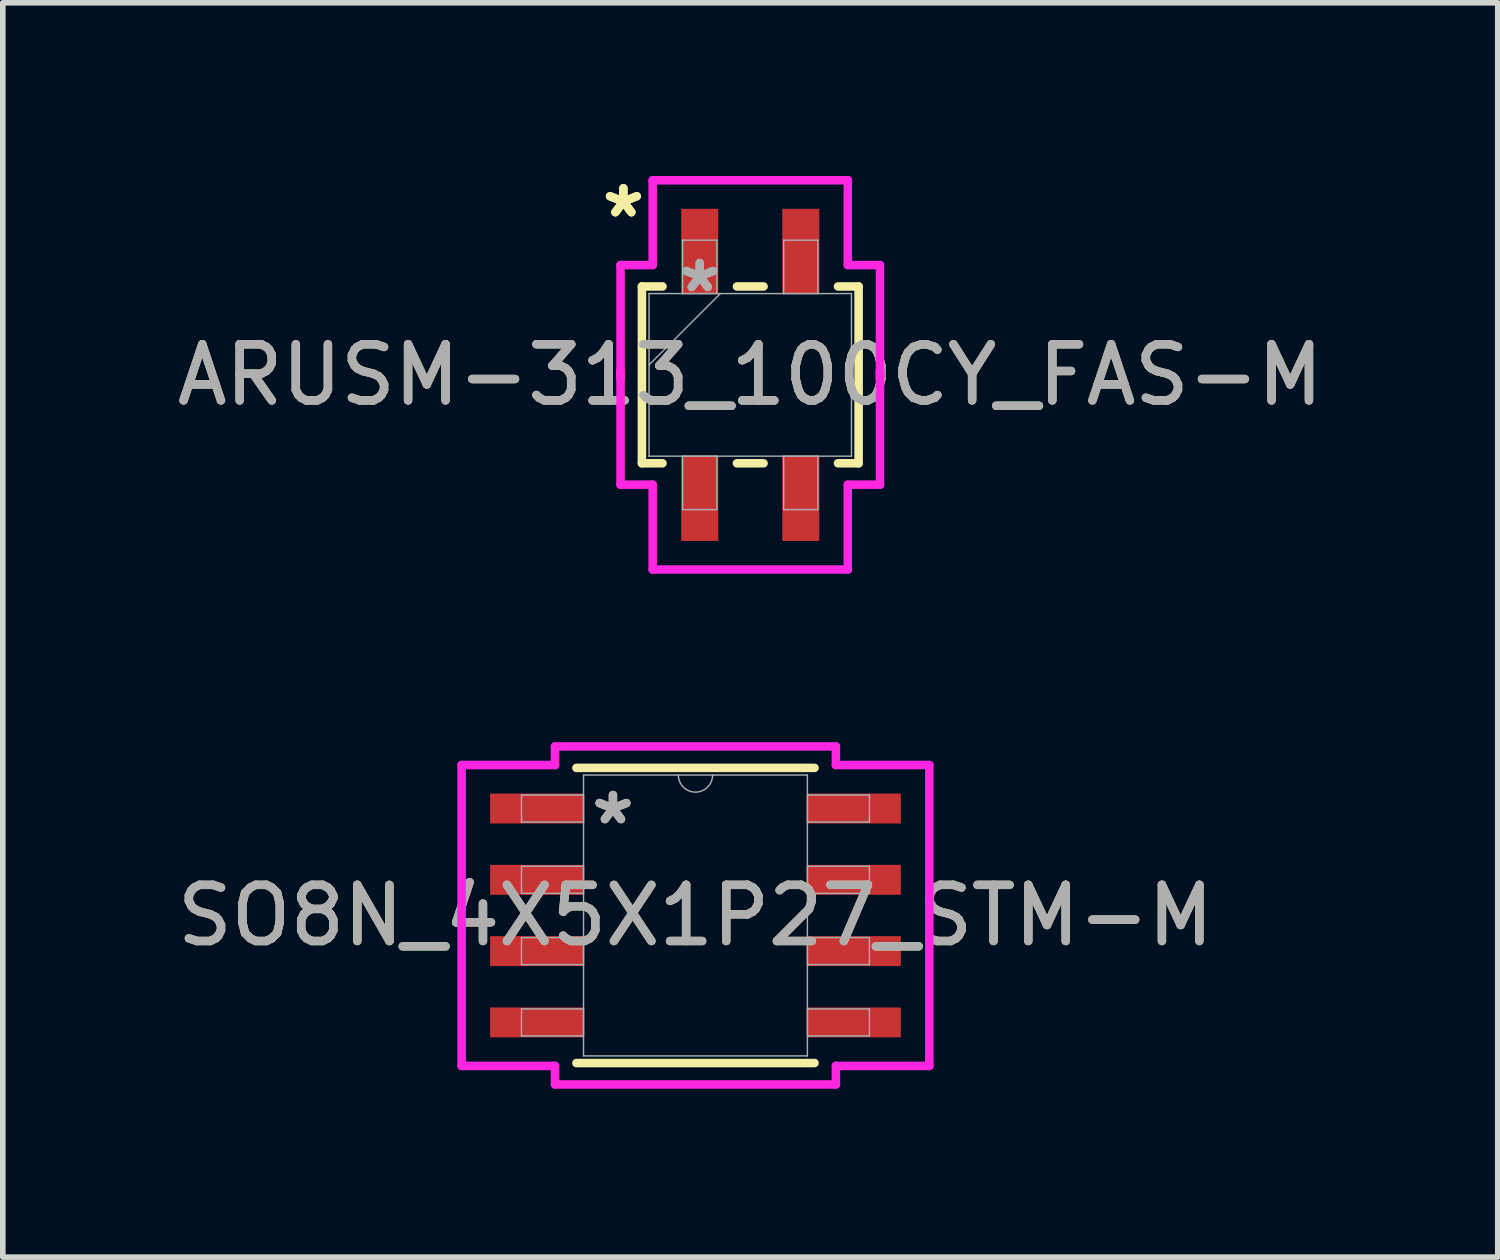
<source format=kicad_pcb>
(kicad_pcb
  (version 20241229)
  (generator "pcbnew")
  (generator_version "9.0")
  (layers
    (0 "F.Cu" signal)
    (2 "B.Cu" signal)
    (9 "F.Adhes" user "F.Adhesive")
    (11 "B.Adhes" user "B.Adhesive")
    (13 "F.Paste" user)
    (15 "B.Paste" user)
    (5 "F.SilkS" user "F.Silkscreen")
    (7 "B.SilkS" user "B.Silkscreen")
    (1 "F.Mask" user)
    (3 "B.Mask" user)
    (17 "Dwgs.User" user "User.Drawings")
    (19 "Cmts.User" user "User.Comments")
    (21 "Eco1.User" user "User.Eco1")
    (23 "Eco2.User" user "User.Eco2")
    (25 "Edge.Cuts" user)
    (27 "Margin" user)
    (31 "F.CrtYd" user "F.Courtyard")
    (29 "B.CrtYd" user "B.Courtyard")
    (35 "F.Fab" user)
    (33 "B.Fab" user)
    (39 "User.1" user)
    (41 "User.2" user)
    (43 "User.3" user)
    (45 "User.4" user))
  (footprint "ARUSM-313_100CY_FAS-M"
    (layer "F.Cu")
    (at 10.315 3.628)
    (property "Reference" "ARUSM-313_100CY_FAS-M" (at 0 0 0) (unlocked yes) (layer "F.SilkS") (effects (font (size 1 1) (thickness 0.15))))
    (attr smd)
    (fp_line (start -1.93 -1.575) (end -1.93 1.575) (stroke (width 0.152) (type solid)) (layer "F.SilkS"))
    (fp_line (start -1.93 1.575) (end -1.563 1.575) (stroke (width 0.152) (type solid)) (layer "F.SilkS"))
    (fp_line (start -1.563 -1.575) (end -1.93 -1.575) (stroke (width 0.152) (type solid)) (layer "F.SilkS"))
    (fp_line (start -0.237 1.575) (end 0.237 1.575) (stroke (width 0.152) (type solid)) (layer "F.SilkS"))
    (fp_line (start 0.237 -1.575) (end -0.237 -1.575) (stroke (width 0.152) (type solid)) (layer "F.SilkS"))
    (fp_line (start 1.563 1.575) (end 1.93 1.575) (stroke (width 0.152) (type solid)) (layer "F.SilkS"))
    (fp_line (start 1.93 -1.575) (end 1.563 -1.575) (stroke (width 0.152) (type solid)) (layer "F.SilkS"))
    (fp_line (start 1.93 1.575) (end 1.93 -1.575) (stroke (width 0.152) (type solid)) (layer "F.SilkS"))
    (fp_line (start -2.311 -1.956) (end -1.738 -1.956) (stroke (width 0.152) (type solid)) (layer "F.CrtYd"))
    (fp_line (start -2.311 -0.062) (end -2.311 -0.062) (stroke (width 0.152) (type solid)) (layer "F.CrtYd"))
    (fp_line (start -2.311 -0.062) (end -2.311 0.062) (stroke (width 0.152) (type solid)) (layer "F.CrtYd"))
    (fp_line (start -2.311 0.062) (end -2.311 -1.956) (stroke (width 0.152) (type solid)) (layer "F.CrtYd"))
    (fp_line (start -2.311 0.062) (end -2.311 0.062) (stroke (width 0.152) (type solid)) (layer "F.CrtYd"))
    (fp_line (start -2.311 1.956) (end -2.311 -0.062) (stroke (width 0.152) (type solid)) (layer "F.CrtYd"))
    (fp_line (start -2.311 1.956) (end -1.738 1.956) (stroke (width 0.152) (type solid)) (layer "F.CrtYd"))
    (fp_line (start -1.738 -3.467) (end 1.738 -3.467) (stroke (width 0.152) (type solid)) (layer "F.CrtYd"))
    (fp_line (start -1.738 -1.956) (end -1.738 -3.467) (stroke (width 0.152) (type solid)) (layer "F.CrtYd"))
    (fp_line (start -1.738 1.956) (end -1.738 3.467) (stroke (width 0.152) (type solid)) (layer "F.CrtYd"))
    (fp_line (start -1.738 3.467) (end 1.738 3.467) (stroke (width 0.152) (type solid)) (layer "F.CrtYd"))
    (fp_line (start 1.738 -3.467) (end 1.738 -1.956) (stroke (width 0.152) (type solid)) (layer "F.CrtYd"))
    (fp_line (start 1.738 -1.956) (end 2.311 -1.956) (stroke (width 0.152) (type solid)) (layer "F.CrtYd"))
    (fp_line (start 1.738 1.956) (end 2.311 1.956) (stroke (width 0.152) (type solid)) (layer "F.CrtYd"))
    (fp_line (start 1.738 3.467) (end 1.738 1.956) (stroke (width 0.152) (type solid)) (layer "F.CrtYd"))
    (fp_line (start 2.311 -0.062) (end 2.311 -0.062) (stroke (width 0.152) (type solid)) (layer "F.CrtYd"))
    (fp_line (start 2.311 -0.062) (end 2.311 0.062) (stroke (width 0.152) (type solid)) (layer "F.CrtYd"))
    (fp_line (start 2.311 0.062) (end 2.311 -1.956) (stroke (width 0.152) (type solid)) (layer "F.CrtYd"))
    (fp_line (start 2.311 0.062) (end 2.311 0.062) (stroke (width 0.152) (type solid)) (layer "F.CrtYd"))
    (fp_line (start 2.311 1.956) (end 2.311 -0.062) (stroke (width 0.152) (type solid)) (layer "F.CrtYd"))
    (fp_line (start -1.803 -1.448) (end -1.803 1.448) (stroke (width 0.025) (type solid)) (layer "F.Fab"))
    (fp_line (start -1.803 -0.178) (end -0.533 -1.448) (stroke (width 0.025) (type solid)) (layer "F.Fab"))
    (fp_line (start -1.803 1.448) (end 1.803 1.448) (stroke (width 0.025) (type solid)) (layer "F.Fab"))
    (fp_line (start -1.205 -2.4) (end -1.205 -1.448) (stroke (width 0.025) (type solid)) (layer "F.Fab"))
    (fp_line (start -1.205 -1.448) (end -0.595 -1.448) (stroke (width 0.025) (type solid)) (layer "F.Fab"))
    (fp_line (start -1.205 1.448) (end -1.205 2.4) (stroke (width 0.025) (type solid)) (layer "F.Fab"))
    (fp_line (start -1.205 2.4) (end -0.595 2.4) (stroke (width 0.025) (type solid)) (layer "F.Fab"))
    (fp_line (start -0.595 -2.4) (end -1.205 -2.4) (stroke (width 0.025) (type solid)) (layer "F.Fab"))
    (fp_line (start -0.595 -1.448) (end -0.595 -2.4) (stroke (width 0.025) (type solid)) (layer "F.Fab"))
    (fp_line (start -0.595 1.448) (end -1.205 1.448) (stroke (width 0.025) (type solid)) (layer "F.Fab"))
    (fp_line (start -0.595 2.4) (end -0.595 1.448) (stroke (width 0.025) (type solid)) (layer "F.Fab"))
    (fp_line (start 0.595 -2.4) (end 0.595 -1.448) (stroke (width 0.025) (type solid)) (layer "F.Fab"))
    (fp_line (start 0.595 -1.448) (end 1.205 -1.448) (stroke (width 0.025) (type solid)) (layer "F.Fab"))
    (fp_line (start 0.595 1.448) (end 0.595 2.4) (stroke (width 0.025) (type solid)) (layer "F.Fab"))
    (fp_line (start 0.595 2.4) (end 1.205 2.4) (stroke (width 0.025) (type solid)) (layer "F.Fab"))
    (fp_line (start 1.205 -2.4) (end 0.595 -2.4) (stroke (width 0.025) (type solid)) (layer "F.Fab"))
    (fp_line (start 1.205 -1.448) (end 1.205 -2.4) (stroke (width 0.025) (type solid)) (layer "F.Fab"))
    (fp_line (start 1.205 1.448) (end 0.595 1.448) (stroke (width 0.025) (type solid)) (layer "F.Fab"))
    (fp_line (start 1.205 2.4) (end 1.205 1.448) (stroke (width 0.025) (type solid)) (layer "F.Fab"))
    (fp_line (start 1.803 -1.448) (end -1.803 -1.448) (stroke (width 0.025) (type solid)) (layer "F.Fab"))
    (fp_line (start 1.803 1.448) (end 1.803 -1.448) (stroke (width 0.025) (type solid)) (layer "F.Fab"))
    (fp_text user "*" (at -2.26 -2.78 0) (layer "F.SilkS") (effects (font (size 1 1) (thickness 0.15))))
    (fp_text user "*" (at -2.26 -2.78 0) (unlocked yes) (layer "F.SilkS") (effects (font (size 1 1) (thickness 0.15))))
    (fp_text user "${REFERENCE}" (at 0 0 0) (unlocked yes) (layer "F.Fab") (effects (font (size 1 1) (thickness 0.15))))
    (fp_text user "*" (at -0.9 -1.448 0) (layer "F.Fab") (effects (font (size 1 1) (thickness 0.15))))
    (fp_text user "*" (at -0.9 -1.448 0) (unlocked yes) (layer "F.Fab") (effects (font (size 1 1) (thickness 0.15))))
    (pad "1" smd rect (at -0.9 -2.203) (size 0.66 1.511) (layers "F.Cu" "F.Mask" "F.Paste"))
    (pad "2" smd rect (at -0.9 2.203) (size 0.66 1.511) (layers "F.Cu" "F.Mask" "F.Paste"))
    (pad "3" smd rect (at 0.9 2.203) (size 0.66 1.511) (layers "F.Cu" "F.Mask" "F.Paste"))
    (pad "4" smd rect (at 0.9 -2.203) (size 0.66 1.511) (layers "F.Cu" "F.Mask" "F.Paste")))
  (footprint "SO8N_4X5X1P27_STM-M"
    (layer "F.Cu")
    (at 9.339 13.258)
    (property "Reference" "SO8N_4X5X1P27_STM-M" (at 0 0 0) (unlocked yes) (layer "F.SilkS") (effects (font (size 1 1) (thickness 0.15))))
    (attr smd)
    (fp_line (start -2.121 2.629) (end 2.121 2.629) (stroke (width 0.152) (type solid)) (layer "F.SilkS"))
    (fp_line (start 2.121 -2.629) (end -2.121 -2.629) (stroke (width 0.152) (type solid)) (layer "F.SilkS"))
    (fp_line (start -4.166 -2.68) (end -2.502 -2.68) (stroke (width 0.152) (type solid)) (layer "F.CrtYd"))
    (fp_line (start -4.166 2.68) (end -4.166 -2.68) (stroke (width 0.152) (type solid)) (layer "F.CrtYd"))
    (fp_line (start -4.166 2.68) (end -2.502 2.68) (stroke (width 0.152) (type solid)) (layer "F.CrtYd"))
    (fp_line (start -2.502 -3.01) (end 2.502 -3.01) (stroke (width 0.152) (type solid)) (layer "F.CrtYd"))
    (fp_line (start -2.502 -2.68) (end -2.502 -3.01) (stroke (width 0.152) (type solid)) (layer "F.CrtYd"))
    (fp_line (start -2.502 3.01) (end -2.502 2.68) (stroke (width 0.152) (type solid)) (layer "F.CrtYd"))
    (fp_line (start 2.502 -3.01) (end 2.502 -2.68) (stroke (width 0.152) (type solid)) (layer "F.CrtYd"))
    (fp_line (start 2.502 2.68) (end 2.502 3.01) (stroke (width 0.152) (type solid)) (layer "F.CrtYd"))
    (fp_line (start 2.502 3.01) (end -2.502 3.01) (stroke (width 0.152) (type solid)) (layer "F.CrtYd"))
    (fp_line (start 4.166 -2.68) (end 2.502 -2.68) (stroke (width 0.152) (type solid)) (layer "F.CrtYd"))
    (fp_line (start 4.166 -2.68) (end 4.166 2.68) (stroke (width 0.152) (type solid)) (layer "F.CrtYd"))
    (fp_line (start 4.166 2.68) (end 2.502 2.68) (stroke (width 0.152) (type solid)) (layer "F.CrtYd"))
    (fp_line (start -3.099 -2.146) (end -3.099 -1.664) (stroke (width 0.025) (type solid)) (layer "F.Fab"))
    (fp_line (start -3.099 -1.664) (end -1.994 -1.664) (stroke (width 0.025) (type solid)) (layer "F.Fab"))
    (fp_line (start -3.099 -0.876) (end -3.099 -0.394) (stroke (width 0.025) (type solid)) (layer "F.Fab"))
    (fp_line (start -3.099 -0.394) (end -1.994 -0.394) (stroke (width 0.025) (type solid)) (layer "F.Fab"))
    (fp_line (start -3.099 0.394) (end -3.099 0.876) (stroke (width 0.025) (type solid)) (layer "F.Fab"))
    (fp_line (start -3.099 0.876) (end -1.994 0.876) (stroke (width 0.025) (type solid)) (layer "F.Fab"))
    (fp_line (start -3.099 1.664) (end -3.099 2.146) (stroke (width 0.025) (type solid)) (layer "F.Fab"))
    (fp_line (start -3.099 2.146) (end -1.994 2.146) (stroke (width 0.025) (type solid)) (layer "F.Fab"))
    (fp_line (start -1.994 -2.502) (end -1.994 2.502) (stroke (width 0.025) (type solid)) (layer "F.Fab"))
    (fp_line (start -1.994 -2.146) (end -3.099 -2.146) (stroke (width 0.025) (type solid)) (layer "F.Fab"))
    (fp_line (start -1.994 -1.664) (end -1.994 -2.146) (stroke (width 0.025) (type solid)) (layer "F.Fab"))
    (fp_line (start -1.994 -0.876) (end -3.099 -0.876) (stroke (width 0.025) (type solid)) (layer "F.Fab"))
    (fp_line (start -1.994 -0.394) (end -1.994 -0.876) (stroke (width 0.025) (type solid)) (layer "F.Fab"))
    (fp_line (start -1.994 0.394) (end -3.099 0.394) (stroke (width 0.025) (type solid)) (layer "F.Fab"))
    (fp_line (start -1.994 0.876) (end -1.994 0.394) (stroke (width 0.025) (type solid)) (layer "F.Fab"))
    (fp_line (start -1.994 1.664) (end -3.099 1.664) (stroke (width 0.025) (type solid)) (layer "F.Fab"))
    (fp_line (start -1.994 2.146) (end -1.994 1.664) (stroke (width 0.025) (type solid)) (layer "F.Fab"))
    (fp_line (start -1.994 2.502) (end 1.994 2.502) (stroke (width 0.025) (type solid)) (layer "F.Fab"))
    (fp_line (start 1.994 -2.502) (end -1.994 -2.502) (stroke (width 0.025) (type solid)) (layer "F.Fab"))
    (fp_line (start 1.994 -2.146) (end 1.994 -1.664) (stroke (width 0.025) (type solid)) (layer "F.Fab"))
    (fp_line (start 1.994 -1.664) (end 3.099 -1.664) (stroke (width 0.025) (type solid)) (layer "F.Fab"))
    (fp_line (start 1.994 -0.876) (end 1.994 -0.394) (stroke (width 0.025) (type solid)) (layer "F.Fab"))
    (fp_line (start 1.994 -0.394) (end 3.099 -0.394) (stroke (width 0.025) (type solid)) (layer "F.Fab"))
    (fp_line (start 1.994 0.394) (end 1.994 0.876) (stroke (width 0.025) (type solid)) (layer "F.Fab"))
    (fp_line (start 1.994 0.876) (end 3.099 0.876) (stroke (width 0.025) (type solid)) (layer "F.Fab"))
    (fp_line (start 1.994 1.664) (end 1.994 2.146) (stroke (width 0.025) (type solid)) (layer "F.Fab"))
    (fp_line (start 1.994 2.146) (end 3.099 2.146) (stroke (width 0.025) (type solid)) (layer "F.Fab"))
    (fp_line (start 1.994 2.502) (end 1.994 -2.502) (stroke (width 0.025) (type solid)) (layer "F.Fab"))
    (fp_line (start 3.099 -2.146) (end 1.994 -2.146) (stroke (width 0.025) (type solid)) (layer "F.Fab"))
    (fp_line (start 3.099 -1.664) (end 3.099 -2.146) (stroke (width 0.025) (type solid)) (layer "F.Fab"))
    (fp_line (start 3.099 -0.876) (end 1.994 -0.876) (stroke (width 0.025) (type solid)) (layer "F.Fab"))
    (fp_line (start 3.099 -0.394) (end 3.099 -0.876) (stroke (width 0.025) (type solid)) (layer "F.Fab"))
    (fp_line (start 3.099 0.394) (end 1.994 0.394) (stroke (width 0.025) (type solid)) (layer "F.Fab"))
    (fp_line (start 3.099 0.876) (end 3.099 0.394) (stroke (width 0.025) (type solid)) (layer "F.Fab"))
    (fp_line (start 3.099 1.664) (end 1.994 1.664) (stroke (width 0.025) (type solid)) (layer "F.Fab"))
    (fp_line (start 3.099 2.146) (end 3.099 1.664) (stroke (width 0.025) (type solid)) (layer "F.Fab"))
    (fp_arc (start 0.3048 -2.5019) (mid 0 -2.1971) (end -0.3048 -2.5019) (stroke (width 0.0254) (type solid)) (layer "F.Fab"))
    (fp_text user "*" (at -1.47 -1.6 0) (unlocked yes) (layer "F.SilkS") (effects (font (size 1 1) (thickness 0.15))))
    (fp_text user "*" (at -1.47 -1.6 0) (unlocked yes) (layer "F.Fab") (effects (font (size 1 1) (thickness 0.15))))
    (fp_text user "${REFERENCE}" (at 0 0 0) (unlocked yes) (layer "F.Fab") (effects (font (size 1 1) (thickness 0.15))))
    (pad "1" smd rect (at -2.826 -1.905) (size 1.664 0.533) (layers "F.Cu" "F.Mask" "F.Paste"))
    (pad "2" smd rect (at -2.826 -0.635) (size 1.664 0.533) (layers "F.Cu" "F.Mask" "F.Paste"))
    (pad "3" smd rect (at -2.826 0.635) (size 1.664 0.533) (layers "F.Cu" "F.Mask" "F.Paste"))
    (pad "4" smd rect (at -2.826 1.905) (size 1.664 0.533) (layers "F.Cu" "F.Mask" "F.Paste"))
    (pad "5" smd rect (at 2.826 1.905) (size 1.664 0.533) (layers "F.Cu" "F.Mask" "F.Paste"))
    (pad "6" smd rect (at 2.826 0.635) (size 1.664 0.533) (layers "F.Cu" "F.Mask" "F.Paste"))
    (pad "7" smd rect (at 2.826 -0.635) (size 1.664 0.533) (layers "F.Cu" "F.Mask" "F.Paste"))
    (pad "8" smd rect (at 2.826 -1.905) (size 1.664 0.533) (layers "F.Cu" "F.Mask" "F.Paste")))
  (gr_rect
    (start -3 -3)
    (end 23.631 19.344)
    (stroke (width 0.1) (type default))
    (fill no)
    (layer "Edge.Cuts")))
</source>
